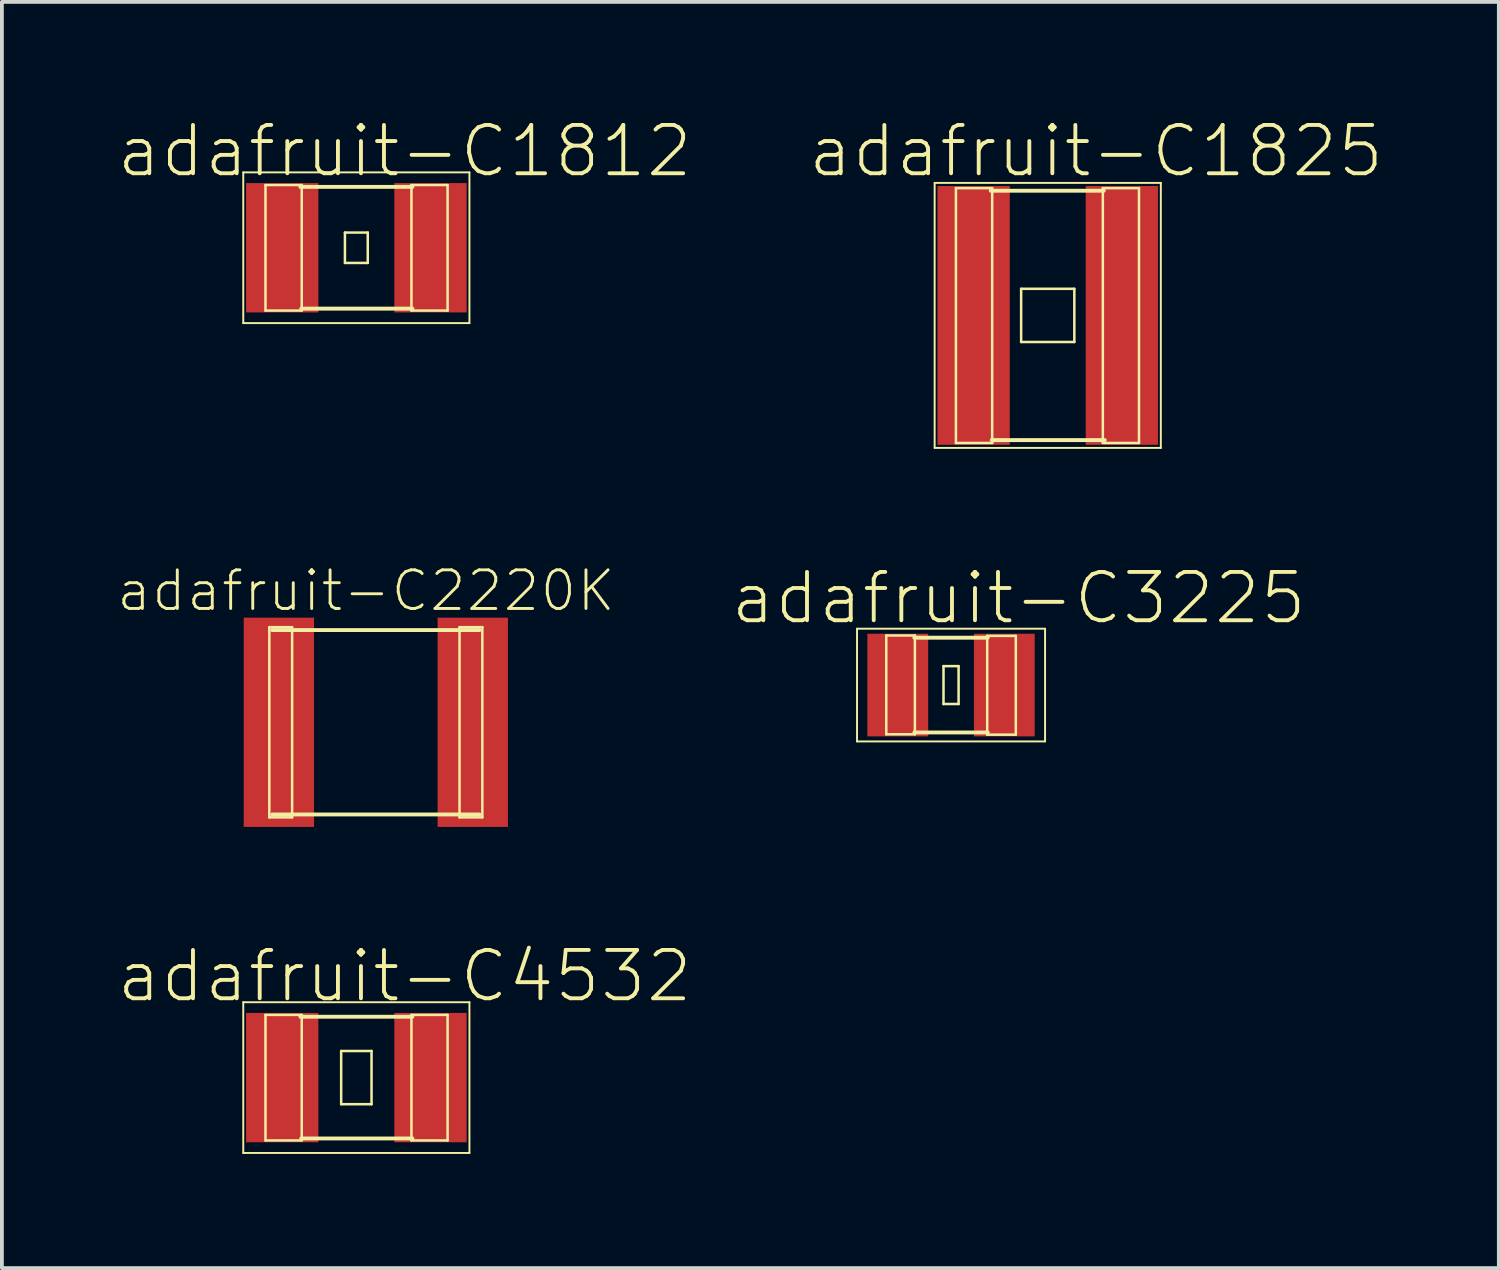
<source format=kicad_pcb>
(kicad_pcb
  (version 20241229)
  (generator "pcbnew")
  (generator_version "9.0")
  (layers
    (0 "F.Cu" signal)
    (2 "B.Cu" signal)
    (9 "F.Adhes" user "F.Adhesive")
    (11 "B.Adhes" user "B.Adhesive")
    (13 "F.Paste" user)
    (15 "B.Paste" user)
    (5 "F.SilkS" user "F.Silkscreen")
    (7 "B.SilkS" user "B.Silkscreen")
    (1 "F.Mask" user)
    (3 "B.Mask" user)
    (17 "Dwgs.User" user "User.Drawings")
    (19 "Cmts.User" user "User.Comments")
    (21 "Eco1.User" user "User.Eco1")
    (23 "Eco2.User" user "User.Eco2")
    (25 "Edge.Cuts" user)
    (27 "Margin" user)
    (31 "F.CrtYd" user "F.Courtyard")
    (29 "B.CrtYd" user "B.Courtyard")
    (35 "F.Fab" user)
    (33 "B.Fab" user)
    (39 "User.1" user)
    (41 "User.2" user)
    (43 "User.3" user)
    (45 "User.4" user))
  (footprint "adafruit-C2220K"
    (layer "F.Cu")
    (at 6.827 15.932)
    (property "Reference" "adafruit-C2220K" (at -0.259 -3.457 0) (layer "F.SilkS") (effects (font (size 1.016 1.016) (thickness 0.076))))
    (attr smd)
    (fp_line (start -2.799 -2.499) (end -2.2 -2.499) (stroke (width 0.066) (type solid)) (layer "F.SilkS"))
    (fp_line (start -2.799 2.499) (end -2.799 -2.499) (stroke (width 0.066) (type solid)) (layer "F.SilkS"))
    (fp_line (start -2.799 2.499) (end -2.2 2.499) (stroke (width 0.066) (type solid)) (layer "F.SilkS"))
    (fp_line (start -2.723 -2.423) (end 2.723 -2.423) (stroke (width 0.102) (type solid)) (layer "F.SilkS"))
    (fp_line (start -2.2 2.499) (end -2.2 -2.499) (stroke (width 0.066) (type solid)) (layer "F.SilkS"))
    (fp_line (start 2.2 -2.499) (end 2.799 -2.499) (stroke (width 0.066) (type solid)) (layer "F.SilkS"))
    (fp_line (start 2.2 2.499) (end 2.2 -2.499) (stroke (width 0.066) (type solid)) (layer "F.SilkS"))
    (fp_line (start 2.2 2.499) (end 2.799 2.499) (stroke (width 0.066) (type solid)) (layer "F.SilkS"))
    (fp_line (start 2.723 2.423) (end -2.723 2.423) (stroke (width 0.102) (type solid)) (layer "F.SilkS"))
    (fp_line (start 2.799 2.499) (end 2.799 -2.499) (stroke (width 0.066) (type solid)) (layer "F.SilkS"))
    (pad "1" smd rect (at -2.548 0) (size 1.849 5.499) (layers "F.Cu" "F.Mask" "F.Paste"))
    (pad "2" smd rect (at 2.548 0) (size 1.849 5.499) (layers "F.Cu" "F.Mask" "F.Paste")))
  (footprint "adafruit-C4532"
    (layer "F.Cu")
    (at 6.315 25.27)
    (property "Reference" "adafruit-C4532" (at 1.27 -2.667 0) (layer "F.SilkS") (effects (font (size 1.27 1.27) (thickness 0.102))))
    (attr smd)
    (fp_line (start -2.972 -1.981) (end 2.972 -1.981) (stroke (width 0.051) (type solid)) (layer "F.SilkS"))
    (fp_line (start -2.972 1.981) (end -2.972 -1.981) (stroke (width 0.051) (type solid)) (layer "F.SilkS"))
    (fp_line (start -2.388 -1.648) (end -1.435 -1.648) (stroke (width 0.066) (type solid)) (layer "F.SilkS"))
    (fp_line (start -2.388 1.651) (end -2.388 -1.648) (stroke (width 0.066) (type solid)) (layer "F.SilkS"))
    (fp_line (start -2.388 1.651) (end -1.435 1.651) (stroke (width 0.066) (type solid)) (layer "F.SilkS"))
    (fp_line (start -1.473 -1.6) (end 1.473 -1.6) (stroke (width 0.102) (type solid)) (layer "F.SilkS"))
    (fp_line (start -1.448 1.6) (end 1.473 1.6) (stroke (width 0.102) (type solid)) (layer "F.SilkS"))
    (fp_line (start -1.435 1.651) (end -1.435 -1.648) (stroke (width 0.066) (type solid)) (layer "F.SilkS"))
    (fp_line (start -0.399 -0.699) (end 0.399 -0.699) (stroke (width 0.066) (type solid)) (layer "F.SilkS"))
    (fp_line (start -0.399 0.699) (end -0.399 -0.699) (stroke (width 0.066) (type solid)) (layer "F.SilkS"))
    (fp_line (start -0.399 0.699) (end 0.399 0.699) (stroke (width 0.066) (type solid)) (layer "F.SilkS"))
    (fp_line (start 0.399 0.699) (end 0.399 -0.699) (stroke (width 0.066) (type solid)) (layer "F.SilkS"))
    (fp_line (start 1.448 -1.648) (end 2.398 -1.648) (stroke (width 0.066) (type solid)) (layer "F.SilkS"))
    (fp_line (start 1.448 1.651) (end 1.448 -1.648) (stroke (width 0.066) (type solid)) (layer "F.SilkS"))
    (fp_line (start 1.448 1.651) (end 2.398 1.651) (stroke (width 0.066) (type solid)) (layer "F.SilkS"))
    (fp_line (start 2.398 1.651) (end 2.398 -1.648) (stroke (width 0.066) (type solid)) (layer "F.SilkS"))
    (fp_line (start 2.972 -1.981) (end 2.972 1.981) (stroke (width 0.051) (type solid)) (layer "F.SilkS"))
    (fp_line (start 2.972 1.981) (end -2.972 1.981) (stroke (width 0.051) (type solid)) (layer "F.SilkS"))
    (pad "1" smd rect (at -1.948 0) (size 1.9 3.399) (layers "F.Cu" "F.Mask" "F.Paste"))
    (pad "2" smd rect (at 1.948 0) (size 1.9 3.399) (layers "F.Cu" "F.Mask" "F.Paste")))
  (footprint "adafruit-C3225"
    (layer "F.Cu")
    (at 21.944 14.954)
    (property "Reference" "adafruit-C3225" (at 1.778 -2.286 0) (layer "F.SilkS") (effects (font (size 1.27 1.27) (thickness 0.102))))
    (attr smd)
    (fp_line (start -2.471 -1.481) (end 2.471 -1.481) (stroke (width 0.051) (type solid)) (layer "F.SilkS"))
    (fp_line (start -2.471 1.481) (end -2.471 -1.481) (stroke (width 0.051) (type solid)) (layer "F.SilkS"))
    (fp_line (start -1.702 -1.303) (end -0.95 -1.303) (stroke (width 0.066) (type solid)) (layer "F.SilkS"))
    (fp_line (start -1.702 1.293) (end -1.702 -1.303) (stroke (width 0.066) (type solid)) (layer "F.SilkS"))
    (fp_line (start -1.702 1.293) (end -0.95 1.293) (stroke (width 0.066) (type solid)) (layer "F.SilkS"))
    (fp_line (start -0.965 -1.245) (end 0.965 -1.245) (stroke (width 0.102) (type solid)) (layer "F.SilkS"))
    (fp_line (start -0.965 1.245) (end 0.965 1.245) (stroke (width 0.102) (type solid)) (layer "F.SilkS"))
    (fp_line (start -0.95 1.293) (end -0.95 -1.303) (stroke (width 0.066) (type solid)) (layer "F.SilkS"))
    (fp_line (start -0.198 -0.498) (end 0.198 -0.498) (stroke (width 0.066) (type solid)) (layer "F.SilkS"))
    (fp_line (start -0.198 0.498) (end -0.198 -0.498) (stroke (width 0.066) (type solid)) (layer "F.SilkS"))
    (fp_line (start -0.198 0.498) (end 0.198 0.498) (stroke (width 0.066) (type solid)) (layer "F.SilkS"))
    (fp_line (start 0.198 0.498) (end 0.198 -0.498) (stroke (width 0.066) (type solid)) (layer "F.SilkS"))
    (fp_line (start 0.95 -1.293) (end 1.702 -1.293) (stroke (width 0.066) (type solid)) (layer "F.SilkS"))
    (fp_line (start 0.95 1.303) (end 0.95 -1.293) (stroke (width 0.066) (type solid)) (layer "F.SilkS"))
    (fp_line (start 0.95 1.303) (end 1.702 1.303) (stroke (width 0.066) (type solid)) (layer "F.SilkS"))
    (fp_line (start 1.702 1.303) (end 1.702 -1.293) (stroke (width 0.066) (type solid)) (layer "F.SilkS"))
    (fp_line (start 2.471 -1.481) (end 2.471 1.481) (stroke (width 0.051) (type solid)) (layer "F.SilkS"))
    (fp_line (start 2.471 1.481) (end -2.471 1.481) (stroke (width 0.051) (type solid)) (layer "F.SilkS"))
    (pad "1" smd rect (at -1.4 0) (size 1.598 2.697) (layers "F.Cu" "F.Mask" "F.Paste"))
    (pad "2" smd rect (at 1.4 0) (size 1.598 2.697) (layers "F.Cu" "F.Mask" "F.Paste")))
  (footprint "adafruit-C1812"
    (layer "F.Cu")
    (at 6.315 3.461)
    (property "Reference" "adafruit-C1812" (at 1.27 -2.54 0) (layer "F.SilkS") (effects (font (size 1.27 1.27) (thickness 0.102))))
    (attr smd)
    (fp_line (start -2.972 -1.981) (end 2.972 -1.981) (stroke (width 0.051) (type solid)) (layer "F.SilkS"))
    (fp_line (start -2.972 1.981) (end -2.972 -1.981) (stroke (width 0.051) (type solid)) (layer "F.SilkS"))
    (fp_line (start -2.388 -1.648) (end -1.435 -1.648) (stroke (width 0.066) (type solid)) (layer "F.SilkS"))
    (fp_line (start -2.388 1.651) (end -2.388 -1.648) (stroke (width 0.066) (type solid)) (layer "F.SilkS"))
    (fp_line (start -2.388 1.651) (end -1.435 1.651) (stroke (width 0.066) (type solid)) (layer "F.SilkS"))
    (fp_line (start -1.473 -1.6) (end 1.473 -1.6) (stroke (width 0.102) (type solid)) (layer "F.SilkS"))
    (fp_line (start -1.448 1.6) (end 1.473 1.6) (stroke (width 0.102) (type solid)) (layer "F.SilkS"))
    (fp_line (start -1.435 1.651) (end -1.435 -1.648) (stroke (width 0.066) (type solid)) (layer "F.SilkS"))
    (fp_line (start -0.3 -0.399) (end 0.3 -0.399) (stroke (width 0.066) (type solid)) (layer "F.SilkS"))
    (fp_line (start -0.3 0.399) (end -0.3 -0.399) (stroke (width 0.066) (type solid)) (layer "F.SilkS"))
    (fp_line (start -0.3 0.399) (end 0.3 0.399) (stroke (width 0.066) (type solid)) (layer "F.SilkS"))
    (fp_line (start 0.3 0.399) (end 0.3 -0.399) (stroke (width 0.066) (type solid)) (layer "F.SilkS"))
    (fp_line (start 1.448 -1.648) (end 2.398 -1.648) (stroke (width 0.066) (type solid)) (layer "F.SilkS"))
    (fp_line (start 1.448 1.651) (end 1.448 -1.648) (stroke (width 0.066) (type solid)) (layer "F.SilkS"))
    (fp_line (start 1.448 1.651) (end 2.398 1.651) (stroke (width 0.066) (type solid)) (layer "F.SilkS"))
    (fp_line (start 2.398 1.651) (end 2.398 -1.648) (stroke (width 0.066) (type solid)) (layer "F.SilkS"))
    (fp_line (start 2.972 -1.981) (end 2.972 1.981) (stroke (width 0.051) (type solid)) (layer "F.SilkS"))
    (fp_line (start 2.972 1.981) (end -2.972 1.981) (stroke (width 0.051) (type solid)) (layer "F.SilkS"))
    (pad "1" smd rect (at -1.948 0) (size 1.9 3.399) (layers "F.Cu" "F.Mask" "F.Paste"))
    (pad "2" smd rect (at 1.948 0) (size 1.9 3.399) (layers "F.Cu" "F.Mask" "F.Paste")))
  (footprint "adafruit-C1825"
    (layer "F.Cu")
    (at 24.485 5.239)
    (property "Reference" "adafruit-C1825" (at 1.27 -4.318 0) (layer "F.SilkS") (effects (font (size 1.27 1.27) (thickness 0.102))))
    (attr smd)
    (fp_line (start -2.972 -3.482) (end 2.972 -3.482) (stroke (width 0.051) (type solid)) (layer "F.SilkS"))
    (fp_line (start -2.972 3.482) (end -2.972 -3.482) (stroke (width 0.051) (type solid)) (layer "F.SilkS"))
    (fp_line (start -2.413 -3.345) (end -1.46 -3.345) (stroke (width 0.066) (type solid)) (layer "F.SilkS"))
    (fp_line (start -2.413 3.353) (end -2.413 -3.345) (stroke (width 0.066) (type solid)) (layer "F.SilkS"))
    (fp_line (start -2.413 3.353) (end -1.46 3.353) (stroke (width 0.066) (type solid)) (layer "F.SilkS"))
    (fp_line (start -1.499 -3.277) (end 1.473 -3.277) (stroke (width 0.102) (type solid)) (layer "F.SilkS"))
    (fp_line (start -1.473 3.277) (end 1.499 3.277) (stroke (width 0.102) (type solid)) (layer "F.SilkS"))
    (fp_line (start -1.46 3.353) (end -1.46 -3.345) (stroke (width 0.066) (type solid)) (layer "F.SilkS"))
    (fp_line (start -0.699 -0.699) (end 0.699 -0.699) (stroke (width 0.066) (type solid)) (layer "F.SilkS"))
    (fp_line (start -0.699 0.699) (end -0.699 -0.699) (stroke (width 0.066) (type solid)) (layer "F.SilkS"))
    (fp_line (start -0.699 0.699) (end 0.699 0.699) (stroke (width 0.066) (type solid)) (layer "F.SilkS"))
    (fp_line (start 0.699 0.699) (end 0.699 -0.699) (stroke (width 0.066) (type solid)) (layer "F.SilkS"))
    (fp_line (start 1.448 -3.345) (end 2.398 -3.345) (stroke (width 0.066) (type solid)) (layer "F.SilkS"))
    (fp_line (start 1.448 3.353) (end 1.448 -3.345) (stroke (width 0.066) (type solid)) (layer "F.SilkS"))
    (fp_line (start 1.448 3.353) (end 2.398 3.353) (stroke (width 0.066) (type solid)) (layer "F.SilkS"))
    (fp_line (start 2.398 3.353) (end 2.398 -3.345) (stroke (width 0.066) (type solid)) (layer "F.SilkS"))
    (fp_line (start 2.972 -3.482) (end 2.972 3.482) (stroke (width 0.051) (type solid)) (layer "F.SilkS"))
    (fp_line (start 2.972 3.482) (end -2.972 3.482) (stroke (width 0.051) (type solid)) (layer "F.SilkS"))
    (pad "1" smd rect (at -1.948 0) (size 1.9 6.8) (layers "F.Cu" "F.Mask" "F.Paste"))
    (pad "2" smd rect (at 1.948 0) (size 1.9 6.8) (layers "F.Cu" "F.Mask" "F.Paste")))
  (gr_rect
    (start -3 -3)
    (end 36.34 30.276)
    (stroke (width 0.1) (type default))
    (fill no)
    (layer "Edge.Cuts")))
</source>
